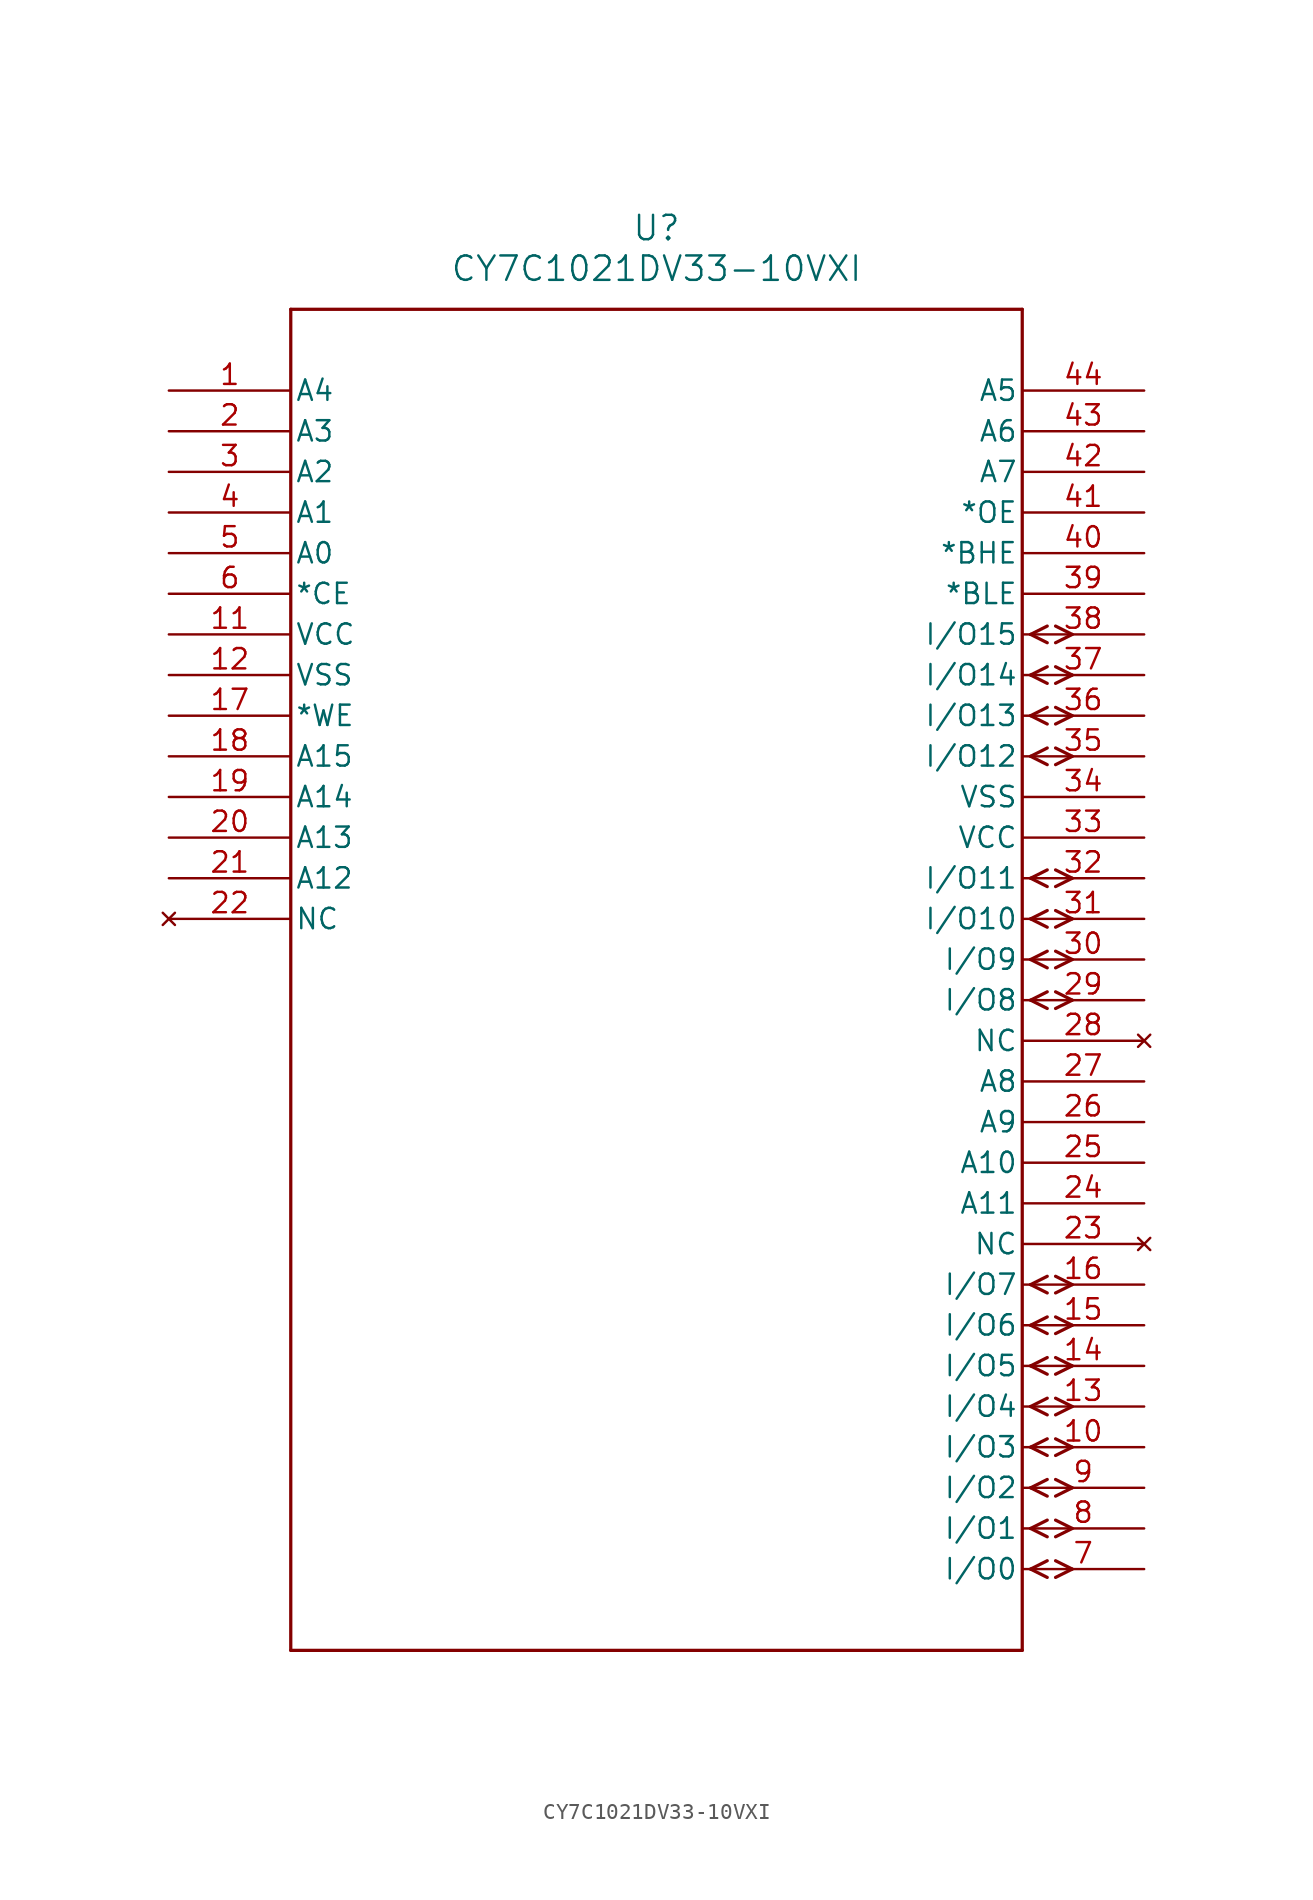
<source format=kicad_sym>
(kicad_symbol_lib
  (version 20211014)
  (generator kicad_symbol_editor)
  (symbol "CY7C1021DV33-10VXI"
    (pin_names
      (offset 0.254))
    (property "Reference" "U"
      (at 30.48 10.16 0)
      (effects (font (size 1.524 1.524))))
    (property "Value" "CY7C1021DV33-10VXI"
      (at 30.48 7.62 0)
      (effects (font (size 1.524 1.524))))
    (symbol "CY7C1021DV33-10VXI_0_1"
      (polyline (pts (xy 7.62 -78.74) (xy 53.34 -78.74)) (stroke (width 0.203) (type default) (color 0 0 0 0)) (fill (type none)))
      (polyline (pts (xy 7.62 5.08) (xy 7.62 -78.74)) (stroke (width 0.203) (type default) (color 0 0 0 0)) (fill (type none)))
      (polyline (pts (xy 53.34 -78.74) (xy 53.34 5.08)) (stroke (width 0.203) (type default) (color 0 0 0 0)) (fill (type none)))
      (polyline (pts (xy 53.34 5.08) (xy 7.62 5.08)) (stroke (width 0.203) (type default) (color 0 0 0 0)) (fill (type none)))
      (polyline (pts (xy 53.861 -73.66) (xy 54.902 -74.181)) (stroke (width 0.203) (type default) (color 0 0 0 0)) (fill (type none)))
      (polyline (pts (xy 53.861 -73.66) (xy 54.902 -73.139)) (stroke (width 0.203) (type default) (color 0 0 0 0)) (fill (type none)))
      (polyline (pts (xy 53.861 -71.12) (xy 54.902 -71.641)) (stroke (width 0.203) (type default) (color 0 0 0 0)) (fill (type none)))
      (polyline (pts (xy 53.861 -71.12) (xy 54.902 -70.599)) (stroke (width 0.203) (type default) (color 0 0 0 0)) (fill (type none)))
      (polyline (pts (xy 53.861 -68.58) (xy 54.902 -69.101)) (stroke (width 0.203) (type default) (color 0 0 0 0)) (fill (type none)))
      (polyline (pts (xy 53.861 -68.58) (xy 54.902 -68.059)) (stroke (width 0.203) (type default) (color 0 0 0 0)) (fill (type none)))
      (polyline (pts (xy 53.861 -66.04) (xy 54.902 -66.561)) (stroke (width 0.203) (type default) (color 0 0 0 0)) (fill (type none)))
      (polyline (pts (xy 53.861 -66.04) (xy 54.902 -65.519)) (stroke (width 0.203) (type default) (color 0 0 0 0)) (fill (type none)))
      (polyline (pts (xy 53.861 -63.5) (xy 54.902 -64.021)) (stroke (width 0.203) (type default) (color 0 0 0 0)) (fill (type none)))
      (polyline (pts (xy 53.861 -63.5) (xy 54.902 -62.979)) (stroke (width 0.203) (type default) (color 0 0 0 0)) (fill (type none)))
      (polyline (pts (xy 53.861 -60.96) (xy 54.902 -61.481)) (stroke (width 0.203) (type default) (color 0 0 0 0)) (fill (type none)))
      (polyline (pts (xy 53.861 -60.96) (xy 54.902 -60.439)) (stroke (width 0.203) (type default) (color 0 0 0 0)) (fill (type none)))
      (polyline (pts (xy 53.861 -58.42) (xy 54.902 -58.941)) (stroke (width 0.203) (type default) (color 0 0 0 0)) (fill (type none)))
      (polyline (pts (xy 53.861 -58.42) (xy 54.902 -57.899)) (stroke (width 0.203) (type default) (color 0 0 0 0)) (fill (type none)))
      (polyline (pts (xy 53.861 -55.88) (xy 54.902 -56.401)) (stroke (width 0.203) (type default) (color 0 0 0 0)) (fill (type none)))
      (polyline (pts (xy 53.861 -55.88) (xy 54.902 -55.359)) (stroke (width 0.203) (type default) (color 0 0 0 0)) (fill (type none)))
      (polyline (pts (xy 53.861 -38.1) (xy 54.902 -38.621)) (stroke (width 0.203) (type default) (color 0 0 0 0)) (fill (type none)))
      (polyline (pts (xy 53.861 -38.1) (xy 54.902 -37.579)) (stroke (width 0.203) (type default) (color 0 0 0 0)) (fill (type none)))
      (polyline (pts (xy 53.861 -35.56) (xy 54.902 -36.081)) (stroke (width 0.203) (type default) (color 0 0 0 0)) (fill (type none)))
      (polyline (pts (xy 53.861 -35.56) (xy 54.902 -35.039)) (stroke (width 0.203) (type default) (color 0 0 0 0)) (fill (type none)))
      (polyline (pts (xy 53.861 -33.02) (xy 54.902 -33.541)) (stroke (width 0.203) (type default) (color 0 0 0 0)) (fill (type none)))
      (polyline (pts (xy 53.861 -33.02) (xy 54.902 -32.499)) (stroke (width 0.203) (type default) (color 0 0 0 0)) (fill (type none)))
      (polyline (pts (xy 53.861 -30.48) (xy 54.902 -31.001)) (stroke (width 0.203) (type default) (color 0 0 0 0)) (fill (type none)))
      (polyline (pts (xy 53.861 -30.48) (xy 54.902 -29.959)) (stroke (width 0.203) (type default) (color 0 0 0 0)) (fill (type none)))
      (polyline (pts (xy 53.861 -22.86) (xy 54.902 -23.381)) (stroke (width 0.203) (type default) (color 0 0 0 0)) (fill (type none)))
      (polyline (pts (xy 53.861 -22.86) (xy 54.902 -22.339)) (stroke (width 0.203) (type default) (color 0 0 0 0)) (fill (type none)))
      (polyline (pts (xy 53.861 -20.32) (xy 54.902 -20.841)) (stroke (width 0.203) (type default) (color 0 0 0 0)) (fill (type none)))
      (polyline (pts (xy 53.861 -20.32) (xy 54.902 -19.799)) (stroke (width 0.203) (type default) (color 0 0 0 0)) (fill (type none)))
      (polyline (pts (xy 53.861 -17.78) (xy 54.902 -18.301)) (stroke (width 0.203) (type default) (color 0 0 0 0)) (fill (type none)))
      (polyline (pts (xy 53.861 -17.78) (xy 54.902 -17.259)) (stroke (width 0.203) (type default) (color 0 0 0 0)) (fill (type none)))
      (polyline (pts (xy 53.861 -15.24) (xy 54.902 -15.761)) (stroke (width 0.203) (type default) (color 0 0 0 0)) (fill (type none)))
      (polyline (pts (xy 53.861 -15.24) (xy 54.902 -14.719)) (stroke (width 0.203) (type default) (color 0 0 0 0)) (fill (type none)))
      (polyline (pts (xy 55.423 -74.181) (xy 56.464 -73.66)) (stroke (width 0.203) (type default) (color 0 0 0 0)) (fill (type none)))
      (polyline (pts (xy 55.423 -73.139) (xy 56.464 -73.66)) (stroke (width 0.203) (type default) (color 0 0 0 0)) (fill (type none)))
      (polyline (pts (xy 55.423 -71.641) (xy 56.464 -71.12)) (stroke (width 0.203) (type default) (color 0 0 0 0)) (fill (type none)))
      (polyline (pts (xy 55.423 -70.599) (xy 56.464 -71.12)) (stroke (width 0.203) (type default) (color 0 0 0 0)) (fill (type none)))
      (polyline (pts (xy 55.423 -69.101) (xy 56.464 -68.58)) (stroke (width 0.203) (type default) (color 0 0 0 0)) (fill (type none)))
      (polyline (pts (xy 55.423 -68.059) (xy 56.464 -68.58)) (stroke (width 0.203) (type default) (color 0 0 0 0)) (fill (type none)))
      (polyline (pts (xy 55.423 -66.561) (xy 56.464 -66.04)) (stroke (width 0.203) (type default) (color 0 0 0 0)) (fill (type none)))
      (polyline (pts (xy 55.423 -65.519) (xy 56.464 -66.04)) (stroke (width 0.203) (type default) (color 0 0 0 0)) (fill (type none)))
      (polyline (pts (xy 55.423 -64.021) (xy 56.464 -63.5)) (stroke (width 0.203) (type default) (color 0 0 0 0)) (fill (type none)))
      (polyline (pts (xy 55.423 -62.979) (xy 56.464 -63.5)) (stroke (width 0.203) (type default) (color 0 0 0 0)) (fill (type none)))
      (polyline (pts (xy 55.423 -61.481) (xy 56.464 -60.96)) (stroke (width 0.203) (type default) (color 0 0 0 0)) (fill (type none)))
      (polyline (pts (xy 55.423 -60.439) (xy 56.464 -60.96)) (stroke (width 0.203) (type default) (color 0 0 0 0)) (fill (type none)))
      (polyline (pts (xy 55.423 -58.941) (xy 56.464 -58.42)) (stroke (width 0.203) (type default) (color 0 0 0 0)) (fill (type none)))
      (polyline (pts (xy 55.423 -57.899) (xy 56.464 -58.42)) (stroke (width 0.203) (type default) (color 0 0 0 0)) (fill (type none)))
      (polyline (pts (xy 55.423 -56.401) (xy 56.464 -55.88)) (stroke (width 0.203) (type default) (color 0 0 0 0)) (fill (type none)))
      (polyline (pts (xy 55.423 -55.359) (xy 56.464 -55.88)) (stroke (width 0.203) (type default) (color 0 0 0 0)) (fill (type none)))
      (polyline (pts (xy 55.423 -38.621) (xy 56.464 -38.1)) (stroke (width 0.203) (type default) (color 0 0 0 0)) (fill (type none)))
      (polyline (pts (xy 55.423 -37.579) (xy 56.464 -38.1)) (stroke (width 0.203) (type default) (color 0 0 0 0)) (fill (type none)))
      (polyline (pts (xy 55.423 -36.081) (xy 56.464 -35.56)) (stroke (width 0.203) (type default) (color 0 0 0 0)) (fill (type none)))
      (polyline (pts (xy 55.423 -35.039) (xy 56.464 -35.56)) (stroke (width 0.203) (type default) (color 0 0 0 0)) (fill (type none)))
      (polyline (pts (xy 55.423 -33.541) (xy 56.464 -33.02)) (stroke (width 0.203) (type default) (color 0 0 0 0)) (fill (type none)))
      (polyline (pts (xy 55.423 -32.499) (xy 56.464 -33.02)) (stroke (width 0.203) (type default) (color 0 0 0 0)) (fill (type none)))
      (polyline (pts (xy 55.423 -31.001) (xy 56.464 -30.48)) (stroke (width 0.203) (type default) (color 0 0 0 0)) (fill (type none)))
      (polyline (pts (xy 55.423 -29.959) (xy 56.464 -30.48)) (stroke (width 0.203) (type default) (color 0 0 0 0)) (fill (type none)))
      (polyline (pts (xy 55.423 -23.381) (xy 56.464 -22.86)) (stroke (width 0.203) (type default) (color 0 0 0 0)) (fill (type none)))
      (polyline (pts (xy 55.423 -22.339) (xy 56.464 -22.86)) (stroke (width 0.203) (type default) (color 0 0 0 0)) (fill (type none)))
      (polyline (pts (xy 55.423 -20.841) (xy 56.464 -20.32)) (stroke (width 0.203) (type default) (color 0 0 0 0)) (fill (type none)))
      (polyline (pts (xy 55.423 -19.799) (xy 56.464 -20.32)) (stroke (width 0.203) (type default) (color 0 0 0 0)) (fill (type none)))
      (polyline (pts (xy 55.423 -18.301) (xy 56.464 -17.78)) (stroke (width 0.203) (type default) (color 0 0 0 0)) (fill (type none)))
      (polyline (pts (xy 55.423 -17.259) (xy 56.464 -17.78)) (stroke (width 0.203) (type default) (color 0 0 0 0)) (fill (type none)))
      (polyline (pts (xy 55.423 -15.761) (xy 56.464 -15.24)) (stroke (width 0.203) (type default) (color 0 0 0 0)) (fill (type none)))
      (polyline (pts (xy 55.423 -14.719) (xy 56.464 -15.24)) (stroke (width 0.203) (type default) (color 0 0 0 0)) (fill (type none)))
      (pin unspecified line (at 0 0 0) (length 7.62) (name "A4" (effects (font (size 1.27 1.27)))) (number "1" (effects (font (size 1.27 1.27)))))
      (pin bidirectional line (at 60.96 -66.04 180) (length 7.62) (name "I/O3" (effects (font (size 1.27 1.27)))) (number "10" (effects (font (size 1.27 1.27)))))
      (pin power_in line (at 0 -15.24 0) (length 7.62) (name "VCC" (effects (font (size 1.27 1.27)))) (number "11" (effects (font (size 1.27 1.27)))))
      (pin power_in line (at 0 -17.78 0) (length 7.62) (name "VSS" (effects (font (size 1.27 1.27)))) (number "12" (effects (font (size 1.27 1.27)))))
      (pin bidirectional line (at 60.96 -63.5 180) (length 7.62) (name "I/O4" (effects (font (size 1.27 1.27)))) (number "13" (effects (font (size 1.27 1.27)))))
      (pin bidirectional line (at 60.96 -60.96 180) (length 7.62) (name "I/O5" (effects (font (size 1.27 1.27)))) (number "14" (effects (font (size 1.27 1.27)))))
      (pin bidirectional line (at 60.96 -58.42 180) (length 7.62) (name "I/O6" (effects (font (size 1.27 1.27)))) (number "15" (effects (font (size 1.27 1.27)))))
      (pin bidirectional line (at 60.96 -55.88 180) (length 7.62) (name "I/O7" (effects (font (size 1.27 1.27)))) (number "16" (effects (font (size 1.27 1.27)))))
      (pin unspecified line (at 0 -20.32 0) (length 7.62) (name "*WE" (effects (font (size 1.27 1.27)))) (number "17" (effects (font (size 1.27 1.27)))))
      (pin unspecified line (at 0 -22.86 0) (length 7.62) (name "A15" (effects (font (size 1.27 1.27)))) (number "18" (effects (font (size 1.27 1.27)))))
      (pin unspecified line (at 0 -25.4 0) (length 7.62) (name "A14" (effects (font (size 1.27 1.27)))) (number "19" (effects (font (size 1.27 1.27)))))
      (pin unspecified line (at 0 -2.54 0) (length 7.62) (name "A3" (effects (font (size 1.27 1.27)))) (number "2" (effects (font (size 1.27 1.27)))))
      (pin unspecified line (at 0 -27.94 0) (length 7.62) (name "A13" (effects (font (size 1.27 1.27)))) (number "20" (effects (font (size 1.27 1.27)))))
      (pin unspecified line (at 0 -30.48 0) (length 7.62) (name "A12" (effects (font (size 1.27 1.27)))) (number "21" (effects (font (size 1.27 1.27)))))
      (pin no_connect line (at 0 -33.02 0) (length 7.62) (name "NC" (effects (font (size 1.27 1.27)))) (number "22" (effects (font (size 1.27 1.27)))))
      (pin no_connect line (at 60.96 -53.34 180) (length 7.62) (name "NC" (effects (font (size 1.27 1.27)))) (number "23" (effects (font (size 1.27 1.27)))))
      (pin unspecified line (at 60.96 -50.8 180) (length 7.62) (name "A11" (effects (font (size 1.27 1.27)))) (number "24" (effects (font (size 1.27 1.27)))))
      (pin unspecified line (at 60.96 -48.26 180) (length 7.62) (name "A10" (effects (font (size 1.27 1.27)))) (number "25" (effects (font (size 1.27 1.27)))))
      (pin unspecified line (at 60.96 -45.72 180) (length 7.62) (name "A9" (effects (font (size 1.27 1.27)))) (number "26" (effects (font (size 1.27 1.27)))))
      (pin unspecified line (at 60.96 -43.18 180) (length 7.62) (name "A8" (effects (font (size 1.27 1.27)))) (number "27" (effects (font (size 1.27 1.27)))))
      (pin no_connect line (at 60.96 -40.64 180) (length 7.62) (name "NC" (effects (font (size 1.27 1.27)))) (number "28" (effects (font (size 1.27 1.27)))))
      (pin bidirectional line (at 60.96 -38.1 180) (length 7.62) (name "I/O8" (effects (font (size 1.27 1.27)))) (number "29" (effects (font (size 1.27 1.27)))))
      (pin unspecified line (at 0 -5.08 0) (length 7.62) (name "A2" (effects (font (size 1.27 1.27)))) (number "3" (effects (font (size 1.27 1.27)))))
      (pin bidirectional line (at 60.96 -35.56 180) (length 7.62) (name "I/O9" (effects (font (size 1.27 1.27)))) (number "30" (effects (font (size 1.27 1.27)))))
      (pin bidirectional line (at 60.96 -33.02 180) (length 7.62) (name "I/O10" (effects (font (size 1.27 1.27)))) (number "31" (effects (font (size 1.27 1.27)))))
      (pin bidirectional line (at 60.96 -30.48 180) (length 7.62) (name "I/O11" (effects (font (size 1.27 1.27)))) (number "32" (effects (font (size 1.27 1.27)))))
      (pin power_in line (at 60.96 -27.94 180) (length 7.62) (name "VCC" (effects (font (size 1.27 1.27)))) (number "33" (effects (font (size 1.27 1.27)))))
      (pin power_in line (at 60.96 -25.4 180) (length 7.62) (name "VSS" (effects (font (size 1.27 1.27)))) (number "34" (effects (font (size 1.27 1.27)))))
      (pin bidirectional line (at 60.96 -22.86 180) (length 7.62) (name "I/O12" (effects (font (size 1.27 1.27)))) (number "35" (effects (font (size 1.27 1.27)))))
      (pin bidirectional line (at 60.96 -20.32 180) (length 7.62) (name "I/O13" (effects (font (size 1.27 1.27)))) (number "36" (effects (font (size 1.27 1.27)))))
      (pin bidirectional line (at 60.96 -17.78 180) (length 7.62) (name "I/O14" (effects (font (size 1.27 1.27)))) (number "37" (effects (font (size 1.27 1.27)))))
      (pin bidirectional line (at 60.96 -15.24 180) (length 7.62) (name "I/O15" (effects (font (size 1.27 1.27)))) (number "38" (effects (font (size 1.27 1.27)))))
      (pin unspecified line (at 60.96 -12.7 180) (length 7.62) (name "*BLE" (effects (font (size 1.27 1.27)))) (number "39" (effects (font (size 1.27 1.27)))))
      (pin unspecified line (at 0 -7.62 0) (length 7.62) (name "A1" (effects (font (size 1.27 1.27)))) (number "4" (effects (font (size 1.27 1.27)))))
      (pin unspecified line (at 60.96 -10.16 180) (length 7.62) (name "*BHE" (effects (font (size 1.27 1.27)))) (number "40" (effects (font (size 1.27 1.27)))))
      (pin unspecified line (at 60.96 -7.62 180) (length 7.62) (name "*OE" (effects (font (size 1.27 1.27)))) (number "41" (effects (font (size 1.27 1.27)))))
      (pin unspecified line (at 60.96 -5.08 180) (length 7.62) (name "A7" (effects (font (size 1.27 1.27)))) (number "42" (effects (font (size 1.27 1.27)))))
      (pin unspecified line (at 60.96 -2.54 180) (length 7.62) (name "A6" (effects (font (size 1.27 1.27)))) (number "43" (effects (font (size 1.27 1.27)))))
      (pin unspecified line (at 60.96 0 180) (length 7.62) (name "A5" (effects (font (size 1.27 1.27)))) (number "44" (effects (font (size 1.27 1.27)))))
      (pin unspecified line (at 0 -10.16 0) (length 7.62) (name "A0" (effects (font (size 1.27 1.27)))) (number "5" (effects (font (size 1.27 1.27)))))
      (pin unspecified line (at 0 -12.7 0) (length 7.62) (name "*CE" (effects (font (size 1.27 1.27)))) (number "6" (effects (font (size 1.27 1.27)))))
      (pin bidirectional line (at 60.96 -73.66 180) (length 7.62) (name "I/O0" (effects (font (size 1.27 1.27)))) (number "7" (effects (font (size 1.27 1.27)))))
      (pin bidirectional line (at 60.96 -71.12 180) (length 7.62) (name "I/O1" (effects (font (size 1.27 1.27)))) (number "8" (effects (font (size 1.27 1.27)))))
      (pin bidirectional line (at 60.96 -68.58 180) (length 7.62) (name "I/O2" (effects (font (size 1.27 1.27)))) (number "9" (effects (font (size 1.27 1.27))))))))
</source>
